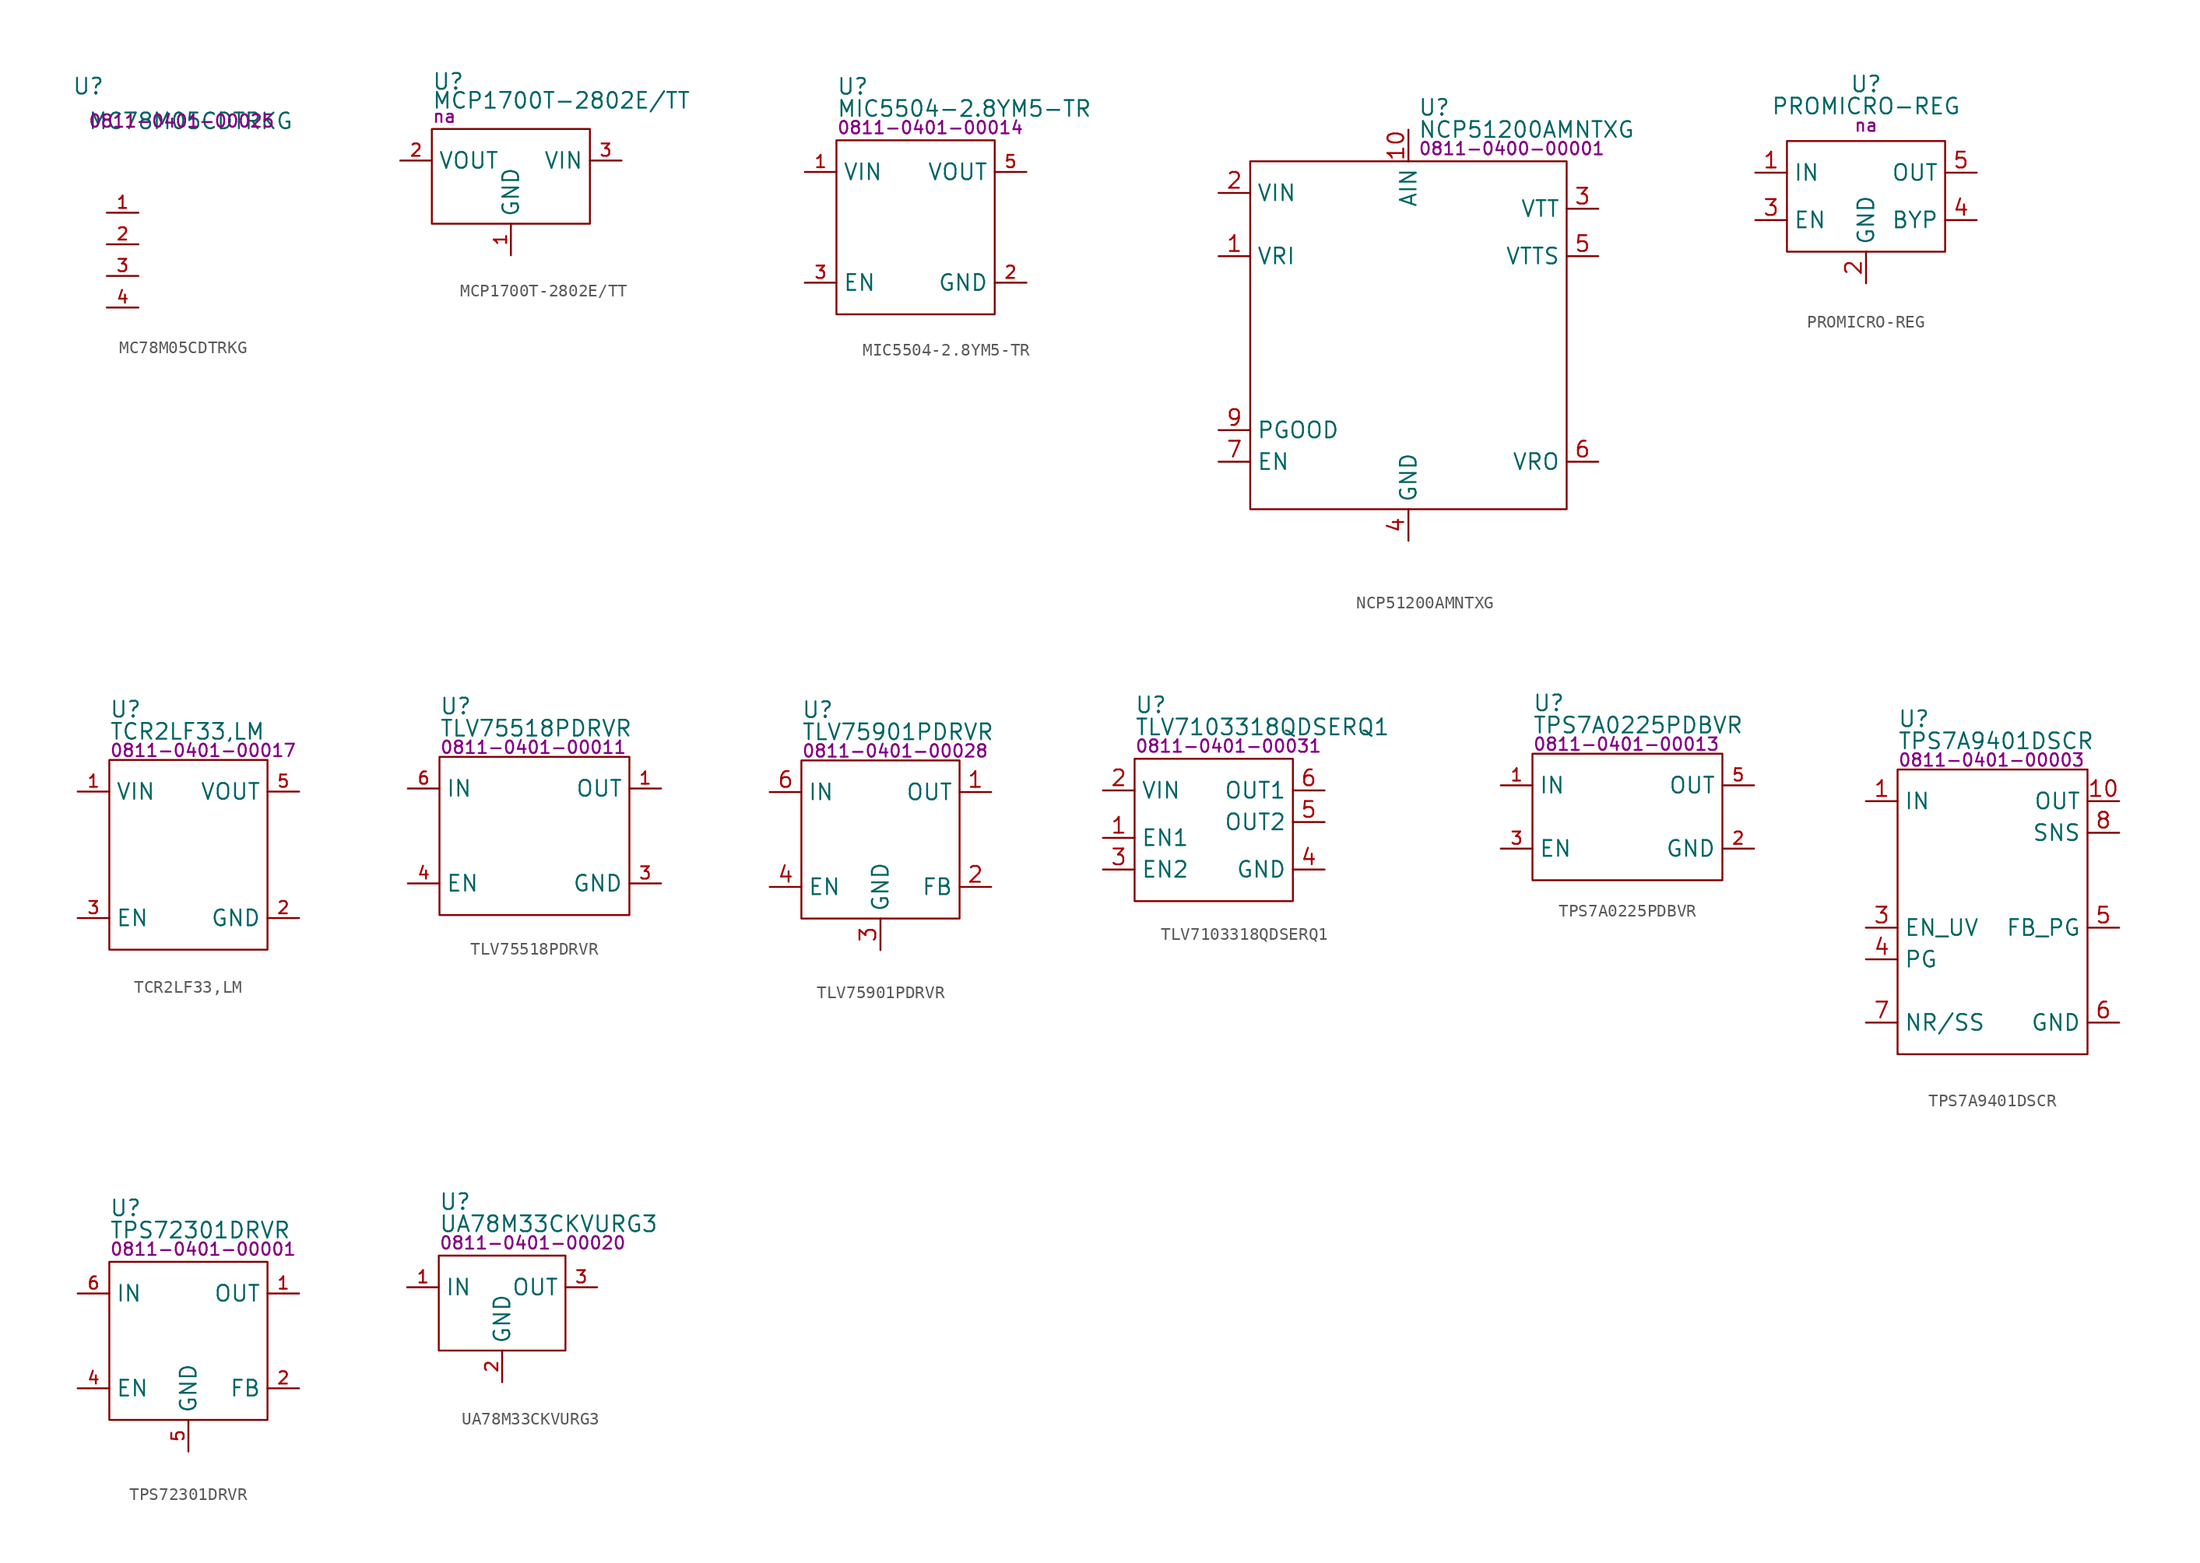
<source format=kicad_sym>
(kicad_symbol_lib
  (version 20231120)
  (generator "kicad_symbol_editor")
  (generator_version "8.0")
  (symbol "MC78M05CDTRKG"
    (property "Reference" "U"
      (at -2.794 10.16 0)
      (effects (font (size 1.27 1.27)) (justify left)))
    (property "Value" "MC78M05CDTRKG"
      (at -1.524 7.366 0)
      (effects (font (size 1.27 1.27)) (justify left)))
    (property "PartNumber" "0811-0401-00025"
      (at -1.524 7.366 0)
      (effects (font (size 1 1)) (justify left)))
    (symbol "MC78M05CDTRKG_0_0"
      (pin unspecified line (at 0 0 0) (length 2.54) (name "" (effects (font (size 1.27 1.27)))) (number "1" (effects (font (size 0.991 0.991)))))
      (pin unspecified line (at 0 -2.54 0) (length 2.54) (name "" (effects (font (size 1.27 1.27)))) (number "2" (effects (font (size 0.991 0.991)))))
      (pin unspecified line (at 0 -5.08 0) (length 2.54) (name "" (effects (font (size 1.27 1.27)))) (number "3" (effects (font (size 0.991 0.991)))))
      (pin unspecified line (at 0 -7.62 0) (length 2.54) (name "" (effects (font (size 1.27 1.27)))) (number "4" (effects (font (size 0.991 0.991)))))))
  (symbol "MCP1700T-2802E/TT"
    (property "Reference" "U"
      (at 0 3.81 0)
      (effects (font (size 1.27 1.27)) (justify left)))
    (property "Value" "MCP1700T-2802E/TT"
      (at 0 2.286 0)
      (effects (font (size 1.27 1.27)) (justify left)))
    (property "PartNumber" "na"
      (at 0 1.016 0)
      (effects (font (size 1 1)) (justify left)))
    (symbol "MCP1700T-2802E/TT_0_0"
      (pin power_in line (at 6.35 -10.16 90) (length 2.54) (name "GND" (effects (font (size 1.27 1.27)))) (number "1" (effects (font (size 0.991 0.991)))))
      (pin power_out line (at -2.54 -2.54 0) (length 2.54) (name "VOUT" (effects (font (size 1.27 1.27)))) (number "2" (effects (font (size 0.991 0.991)))))
      (pin power_in line (at 15.24 -2.54 180) (length 2.54) (name "VIN" (effects (font (size 1.27 1.27)))) (number "3" (effects (font (size 0.991 0.991))))))
    (symbol "MCP1700T-2802E/TT_0_1"
      (rectangle (start 0 0) (end 12.7 -7.62) (stroke (width 0) (type default)) (fill (type none)))))
  (symbol "MIC5504-2.8YM5-TR"
    (property "Reference" "U"
      (at 0 4.318 0)
      (effects (font (size 1.27 1.27)) (justify left)))
    (property "Value" "MIC5504-2.8YM5-TR"
      (at 0 2.54 0)
      (effects (font (size 1.27 1.27)) (justify left)))
    (property "PartNumber" "0811-0401-00014"
      (at 0 1.016 0)
      (effects (font (size 1 1)) (justify left)))
    (symbol "MIC5504-2.8YM5-TR_0_0"
      (pin power_in line (at -2.54 -2.54 0) (length 2.54) (name "VIN" (effects (font (size 1.27 1.27)))) (number "1" (effects (font (size 0.991 0.991)))))
      (pin power_in line (at 15.24 -11.43 180) (length 2.54) (name "GND" (effects (font (size 1.27 1.27)))) (number "2" (effects (font (size 0.991 0.991)))))
      (pin input line (at -2.54 -11.43 0) (length 2.54) (name "EN" (effects (font (size 1.27 1.27)))) (number "3" (effects (font (size 0.991 0.991)))))
      (pin no_connect line (at 6.35 -7.62 90) (length 2.54) hide (name "NC" (effects (font (size 1.27 1.27)))) (number "4" (effects (font (size 0.991 0.991)))))
      (pin power_out line (at 15.24 -2.54 180) (length 2.54) (name "VOUT" (effects (font (size 1.27 1.27)))) (number "5" (effects (font (size 0.991 0.991))))))
    (symbol "MIC5504-2.8YM5-TR_0_1"
      (rectangle (start 0 0) (end 12.7 -13.97) (stroke (width 0) (type default)) (fill (type none)))))
  (symbol "NCP51200AMNTXG"
    (property "Reference" "U"
      (at 13.462 4.318 0)
      (effects (font (size 1.27 1.27)) (justify left)))
    (property "Value" "NCP51200AMNTXG"
      (at 13.462 2.54 0)
      (effects (font (size 1.27 1.27)) (justify left)))
    (property "PartNumber" "0811-0400-00001"
      (at 13.462 1.016 0)
      (effects (font (size 1 1)) (justify left)))
    (symbol "NCP51200AMNTXG_0_0"
      (pin input line (at -2.54 -7.62 0) (length 2.54) (name "VRI" (effects (font (size 1.27 1.27)))) (number "1" (effects (font (size 1.27 1.27)))))
      (pin input line (at 12.7 2.54 270) (length 2.54) (name "AIN" (effects (font (size 1.27 1.27)))) (number "10" (effects (font (size 1.27 1.27)))))
      (pin power_in line (at 12.7 -30.48 90) (length 2.54) hide (name "GND" (effects (font (size 1.27 1.27)))) (number "11" (effects (font (size 1.27 1.27)))))
      (pin power_in line (at -2.54 -2.54 0) (length 2.54) (name "VIN" (effects (font (size 1.27 1.27)))) (number "2" (effects (font (size 1.27 1.27)))))
      (pin power_out line (at 27.94 -3.81 180) (length 2.54) (name "VTT" (effects (font (size 1.27 1.27)))) (number "3" (effects (font (size 1.27 1.27)))))
      (pin power_in line (at 12.7 -30.48 90) (length 2.54) (name "GND" (effects (font (size 1.27 1.27)))) (number "4" (effects (font (size 1.27 1.27)))))
      (pin input line (at 27.94 -7.62 180) (length 2.54) (name "VTTS" (effects (font (size 1.27 1.27)))) (number "5" (effects (font (size 1.27 1.27)))))
      (pin output line (at 27.94 -24.13 180) (length 2.54) (name "VRO" (effects (font (size 1.27 1.27)))) (number "6" (effects (font (size 1.27 1.27)))))
      (pin input line (at -2.54 -24.13 0) (length 2.54) (name "EN" (effects (font (size 1.27 1.27)))) (number "7" (effects (font (size 1.27 1.27)))))
      (pin power_in line (at 12.7 -30.48 90) (length 2.54) hide (name "GND" (effects (font (size 1.27 1.27)))) (number "8" (effects (font (size 1.27 1.27)))))
      (pin output line (at -2.54 -21.59 0) (length 2.54) (name "PGOOD" (effects (font (size 1.27 1.27)))) (number "9" (effects (font (size 1.27 1.27))))))
    (symbol "NCP51200AMNTXG_0_1"
      (rectangle (start 0 0) (end 25.4 -27.94) (stroke (width 0) (type default)) (fill (type none)))))
  (symbol "PROMICRO-REG"
    (property "Reference" "U"
      (at 0 4.572 0)
      (effects (font (size 1.27 1.27))))
    (property "Value" "PROMICRO-REG"
      (at 0 2.794 0)
      (effects (font (size 1.27 1.27))))
    (property "PartNumber" "na"
      (at 0 1.27 0)
      (effects (font (size 1 1))))
    (symbol "PROMICRO-REG_0_0"
      (pin power_in line (at -8.89 -2.54 0) (length 2.54) (name "IN" (effects (font (size 1.27 1.27)))) (number "1" (effects (font (size 1.27 1.27)))))
      (pin power_in line (at 0 -11.43 90) (length 2.54) (name "GND" (effects (font (size 1.27 1.27)))) (number "2" (effects (font (size 1.27 1.27)))))
      (pin input line (at -8.89 -6.35 0) (length 2.54) (name "EN" (effects (font (size 1.27 1.27)))) (number "3" (effects (font (size 1.27 1.27)))))
      (pin power_out line (at 8.89 -2.54 180) (length 2.54) (name "OUT" (effects (font (size 1.27 1.27)))) (number "5" (effects (font (size 1.27 1.27))))))
    (symbol "PROMICRO-REG_0_1"
      (rectangle (start -6.35 0) (end 6.35 -8.89) (stroke (width 0) (type default)) (fill (type none))))
    (symbol "PROMICRO-REG_1_0"
      (pin passive line (at 8.89 -6.35 180) (length 2.54) (name "BYP" (effects (font (size 1.27 1.27)))) (number "4" (effects (font (size 1.27 1.27)))))))
  (symbol "TCR2LF33,LM"
    (property "Reference" "U"
      (at 0 4.064 0)
      (effects (font (size 1.27 1.27)) (justify left)))
    (property "Value" "TCR2LF33,LM"
      (at 0 2.286 0)
      (effects (font (size 1.27 1.27)) (justify left)))
    (property "PartNumber" "0811-0401-00017"
      (at 0 0.762 0)
      (effects (font (size 1 1)) (justify left)))
    (symbol "TCR2LF33,LM_0_0"
      (pin power_in line (at -2.54 -2.54 0) (length 2.54) (name "VIN" (effects (font (size 1.27 1.27)))) (number "1" (effects (font (size 0.991 0.991)))))
      (pin power_in line (at 15.24 -12.7 180) (length 2.54) (name "GND" (effects (font (size 1.27 1.27)))) (number "2" (effects (font (size 0.991 0.991)))))
      (pin no_connect line (at 5.08 -5.08 0) (length 2.54) hide (name "NC" (effects (font (size 1.27 1.27)))) (number "4" (effects (font (size 0.991 0.991)))))
      (pin power_out line (at 15.24 -2.54 180) (length 2.54) (name "VOUT" (effects (font (size 1.27 1.27)))) (number "5" (effects (font (size 0.991 0.991))))))
    (symbol "TCR2LF33,LM_0_1"
      (rectangle (start 0 0) (end 12.7 -15.24) (stroke (width 0) (type default)) (fill (type none))))
    (symbol "TCR2LF33,LM_1_0"
      (pin input line (at -2.54 -12.7 0) (length 2.54) (name "EN" (effects (font (size 1.27 1.27)))) (number "3" (effects (font (size 0.991 0.991)))))))
  (symbol "TLV75518PDRVR"
    (property "Reference" "U"
      (at 0 4.064 0)
      (effects (font (size 1.27 1.27)) (justify left)))
    (property "Value" "TLV75518PDRVR"
      (at 0 2.286 0)
      (effects (font (size 1.27 1.27)) (justify left)))
    (property "PartNumber" "0811-0401-00011"
      (at 0 0.762 0)
      (effects (font (size 1 1)) (justify left)))
    (symbol "TLV75518PDRVR_0_0"
      (pin power_out line (at 17.78 -2.54 180) (length 2.54) (name "OUT" (effects (font (size 1.27 1.27)))) (number "1" (effects (font (size 0.991 0.991)))))
      (pin no_connect line (at 5.08 -5.08 0) (length 2.54) hide (name "NC" (effects (font (size 1.27 1.27)))) (number "2" (effects (font (size 0.991 0.991)))))
      (pin power_in line (at 17.78 -10.16 180) (length 2.54) (name "GND" (effects (font (size 1.27 1.27)))) (number "3" (effects (font (size 0.991 0.991)))))
      (pin input line (at -2.54 -10.16 0) (length 2.54) (name "EN" (effects (font (size 1.27 1.27)))) (number "4" (effects (font (size 0.991 0.991)))))
      (pin no_connect line (at 5.08 -6.35 0) (length 2.54) hide (name "NC" (effects (font (size 1.27 1.27)))) (number "5" (effects (font (size 0.991 0.991)))))
      (pin power_in line (at -2.54 -2.54 0) (length 2.54) (name "IN" (effects (font (size 1.27 1.27)))) (number "6" (effects (font (size 0.991 0.991)))))
      (pin power_in line (at 17.78 -10.16 180) (length 2.54) hide (name "GND" (effects (font (size 1.27 1.27)))) (number "7" (effects (font (size 0.991 0.991))))))
    (symbol "TLV75518PDRVR_0_1"
      (rectangle (start 0 0) (end 15.24 -12.7) (stroke (width 0) (type default)) (fill (type none)))))
  (symbol "TLV75901PDRVR"
    (property "Reference" "U"
      (at 0 4.064 0)
      (effects (font (size 1.27 1.27)) (justify left)))
    (property "Value" "TLV75901PDRVR"
      (at 0 2.286 0)
      (effects (font (size 1.27 1.27)) (justify left)))
    (property "PartNumber" "0811-0401-00028"
      (at 0 0.762 0)
      (effects (font (size 1 1)) (justify left)))
    (symbol "TLV75901PDRVR_0_0"
      (pin power_out line (at 15.24 -2.54 180) (length 2.54) (name "OUT" (effects (font (size 1.27 1.27)))) (number "1" (effects (font (size 1.27 1.27)))))
      (pin input line (at 15.24 -10.16 180) (length 2.54) (name "FB" (effects (font (size 1.27 1.27)))) (number "2" (effects (font (size 1.27 1.27)))))
      (pin power_in line (at 6.35 -15.24 90) (length 2.54) (name "GND" (effects (font (size 1.27 1.27)))) (number "3" (effects (font (size 1.27 1.27)))))
      (pin input line (at -2.54 -10.16 0) (length 2.54) (name "EN" (effects (font (size 1.27 1.27)))) (number "4" (effects (font (size 1.27 1.27)))))
      (pin no_connect line (at 5.08 -6.35 0) (length 2.54) hide (name "NC" (effects (font (size 1.27 1.27)))) (number "5" (effects (font (size 1.27 1.27)))))
      (pin power_in line (at -2.54 -2.54 0) (length 2.54) (name "IN" (effects (font (size 1.27 1.27)))) (number "6" (effects (font (size 1.27 1.27)))))
      (pin power_in line (at 6.35 -15.24 90) (length 2.54) hide (name "GND" (effects (font (size 1.27 1.27)))) (number "7" (effects (font (size 1.27 1.27))))))
    (symbol "TLV75901PDRVR_0_1"
      (rectangle (start 0 0) (end 12.7 -12.7) (stroke (width 0) (type default)) (fill (type none)))))
  (symbol "TLV7103318QDSERQ1"
    (property "Reference" "U"
      (at 0 4.318 0)
      (effects (font (size 1.27 1.27)) (justify left)))
    (property "Value" "TLV7103318QDSERQ1"
      (at 0 2.54 0)
      (effects (font (size 1.27 1.27)) (justify left)))
    (property "PartNumber" "0811-0401-00031"
      (at 0 1.016 0)
      (effects (font (size 1 1)) (justify left)))
    (symbol "TLV7103318QDSERQ1_0_0"
      (pin input line (at -2.54 -6.35 0) (length 2.54) (name "EN1" (effects (font (size 1.27 1.27)))) (number "1" (effects (font (size 1.27 1.27)))))
      (pin power_in line (at -2.54 -2.54 0) (length 2.54) (name "VIN" (effects (font (size 1.27 1.27)))) (number "2" (effects (font (size 1.27 1.27)))))
      (pin input line (at -2.54 -8.89 0) (length 2.54) (name "EN2" (effects (font (size 1.27 1.27)))) (number "3" (effects (font (size 1.27 1.27)))))
      (pin power_in line (at 15.24 -8.89 180) (length 2.54) (name "GND" (effects (font (size 1.27 1.27)))) (number "4" (effects (font (size 1.27 1.27)))))
      (pin power_out line (at 15.24 -5.08 180) (length 2.54) (name "OUT2" (effects (font (size 1.27 1.27)))) (number "5" (effects (font (size 1.27 1.27)))))
      (pin power_out line (at 15.24 -2.54 180) (length 2.54) (name "OUT1" (effects (font (size 1.27 1.27)))) (number "6" (effects (font (size 1.27 1.27))))))
    (symbol "TLV7103318QDSERQ1_0_1"
      (rectangle (start 0 0) (end 12.7 -11.43) (stroke (width 0) (type default)) (fill (type none)))))
  (symbol "TPS7A0225PDBVR"
    (property "Reference" "U"
      (at 0 4.064 0)
      (effects (font (size 1.27 1.27)) (justify left)))
    (property "Value" "TPS7A0225PDBVR"
      (at 0 2.286 0)
      (effects (font (size 1.27 1.27)) (justify left)))
    (property "PartNumber" "0811-0401-00013"
      (at 0 0.762 0)
      (effects (font (size 1 1)) (justify left)))
    (symbol "TPS7A0225PDBVR_0_0"
      (pin power_in line (at -2.54 -2.54 0) (length 2.54) (name "IN" (effects (font (size 1.27 1.27)))) (number "1" (effects (font (size 0.991 0.991)))))
      (pin power_in line (at 17.78 -7.62 180) (length 2.54) (name "GND" (effects (font (size 1.27 1.27)))) (number "2" (effects (font (size 0.991 0.991)))))
      (pin input line (at -2.54 -7.62 0) (length 2.54) (name "EN" (effects (font (size 1.27 1.27)))) (number "3" (effects (font (size 0.991 0.991)))))
      (pin no_connect line (at 5.08 -5.08 0) (length 2.54) hide (name "NC" (effects (font (size 1.27 1.27)))) (number "4" (effects (font (size 0.991 0.991)))))
      (pin power_out line (at 17.78 -2.54 180) (length 2.54) (name "OUT" (effects (font (size 1.27 1.27)))) (number "5" (effects (font (size 0.991 0.991))))))
    (symbol "TPS7A0225PDBVR_0_1"
      (rectangle (start 0 0) (end 15.24 -10.16) (stroke (width 0) (type default)) (fill (type none)))))
  (symbol "TPS7A9401DSCR"
    (property "Reference" "U"
      (at 0 4.064 0)
      (effects (font (size 1.27 1.27)) (justify left)))
    (property "Value" "TPS7A9401DSCR"
      (at 0 2.286 0)
      (effects (font (size 1.27 1.27)) (justify left)))
    (property "PartNumber" "0811-0401-00003"
      (at 0 0.762 0)
      (effects (font (size 1 1)) (justify left)))
    (symbol "TPS7A9401DSCR_0_0"
      (pin power_in line (at -2.54 -2.54 0) (length 2.54) (name "IN" (effects (font (size 1.27 1.27)))) (number "1" (effects (font (size 1.27 1.27)))))
      (pin power_out line (at 17.78 -2.54 180) (length 2.54) (name "OUT" (effects (font (size 1.27 1.27)))) (number "10" (effects (font (size 1.27 1.27)))))
      (pin power_in line (at 17.78 -20.32 180) (length 2.54) hide (name "GND" (effects (font (size 1.27 1.27)))) (number "11" (effects (font (size 1.27 1.27)))))
      (pin power_in line (at -2.54 -2.54 0) (length 2.54) hide (name "IN" (effects (font (size 1.27 1.27)))) (number "2" (effects (font (size 1.27 1.27)))))
      (pin input line (at -2.54 -12.7 0) (length 2.54) (name "EN_UV" (effects (font (size 1.27 1.27)))) (number "3" (effects (font (size 1.27 1.27)))))
      (pin output line (at -2.54 -15.24 0) (length 2.54) (name "PG" (effects (font (size 1.27 1.27)))) (number "4" (effects (font (size 1.27 1.27)))))
      (pin input line (at 17.78 -12.7 180) (length 2.54) (name "FB_PG" (effects (font (size 1.27 1.27)))) (number "5" (effects (font (size 1.27 1.27)))))
      (pin power_in line (at 17.78 -20.32 180) (length 2.54) (name "GND" (effects (font (size 1.27 1.27)))) (number "6" (effects (font (size 1.27 1.27)))))
      (pin input line (at -2.54 -20.32 0) (length 2.54) (name "NR/SS" (effects (font (size 1.27 1.27)))) (number "7" (effects (font (size 1.27 1.27)))))
      (pin input line (at 17.78 -5.08 180) (length 2.54) (name "SNS" (effects (font (size 1.27 1.27)))) (number "8" (effects (font (size 1.27 1.27)))))
      (pin power_out line (at 17.78 -2.54 180) (length 2.54) hide (name "OUT" (effects (font (size 1.27 1.27)))) (number "9" (effects (font (size 1.27 1.27))))))
    (symbol "TPS7A9401DSCR_0_1"
      (rectangle (start 0 0) (end 15.24 -22.86) (stroke (width 0) (type default)) (fill (type none)))))
  (symbol "TPS72301DRVR"
    (property "Reference" "U"
      (at 0 4.318 0)
      (effects (font (size 1.27 1.27)) (justify left)))
    (property "Value" "TPS72301DRVR"
      (at 0 2.54 0)
      (effects (font (size 1.27 1.27)) (justify left)))
    (property "PartNumber" "0811-0401-00001"
      (at 0 1.016 0)
      (effects (font (size 1 1)) (justify left)))
    (symbol "TPS72301DRVR_0_0"
      (pin power_out line (at 15.24 -2.54 180) (length 2.54) (name "OUT" (effects (font (size 1.27 1.27)))) (number "1" (effects (font (size 0.991 0.991)))))
      (pin input line (at 15.24 -10.16 180) (length 2.54) (name "FB" (effects (font (size 1.27 1.27)))) (number "2" (effects (font (size 0.991 0.991)))))
      (pin no_connect line (at 6.35 -6.35 90) (length 2.54) hide (name "NC" (effects (font (size 1.27 1.27)))) (number "3" (effects (font (size 0.991 0.991)))))
      (pin input line (at -2.54 -10.16 0) (length 2.54) (name "EN" (effects (font (size 1.27 1.27)))) (number "4" (effects (font (size 0.991 0.991)))))
      (pin power_in line (at 6.35 -15.24 90) (length 2.54) (name "GND" (effects (font (size 1.27 1.27)))) (number "5" (effects (font (size 0.991 0.991)))))
      (pin power_in line (at -2.54 -2.54 0) (length 2.54) (name "IN" (effects (font (size 1.27 1.27)))) (number "6" (effects (font (size 0.991 0.991)))))
      (pin power_in line (at 6.35 -15.24 90) (length 2.54) hide (name "GND" (effects (font (size 1.27 1.27)))) (number "7" (effects (font (size 0.991 0.991))))))
    (symbol "TPS72301DRVR_0_1"
      (rectangle (start 0 0) (end 12.7 -12.7) (stroke (width 0) (type default)) (fill (type none)))))
  (symbol "UA78M33CKVURG3"
    (property "Reference" "U"
      (at 0 4.318 0)
      (effects (font (size 1.27 1.27)) (justify left)))
    (property "Value" "UA78M33CKVURG3"
      (at 0 2.54 0)
      (effects (font (size 1.27 1.27)) (justify left)))
    (property "PartNumber" "0811-0401-00020"
      (at 0 1.016 0)
      (effects (font (size 1 1)) (justify left)))
    (symbol "UA78M33CKVURG3_0_0"
      (pin power_in line (at 5.08 -10.16 90) (length 2.54) (name "GND" (effects (font (size 1.27 1.27)))) (number "2" (effects (font (size 0.991 0.991))))))
    (symbol "UA78M33CKVURG3_0_1"
      (rectangle (start 0 0) (end 10.16 -7.62) (stroke (width 0) (type default)) (fill (type none))))
    (symbol "UA78M33CKVURG3_1_0"
      (pin power_in line (at -2.54 -2.54 0) (length 2.54) (name "IN" (effects (font (size 1.27 1.27)))) (number "1" (effects (font (size 0.991 0.991)))))
      (pin power_out line (at 12.7 -2.54 180) (length 2.54) (name "OUT" (effects (font (size 1.27 1.27)))) (number "3" (effects (font (size 0.991 0.991))))))))
</source>
